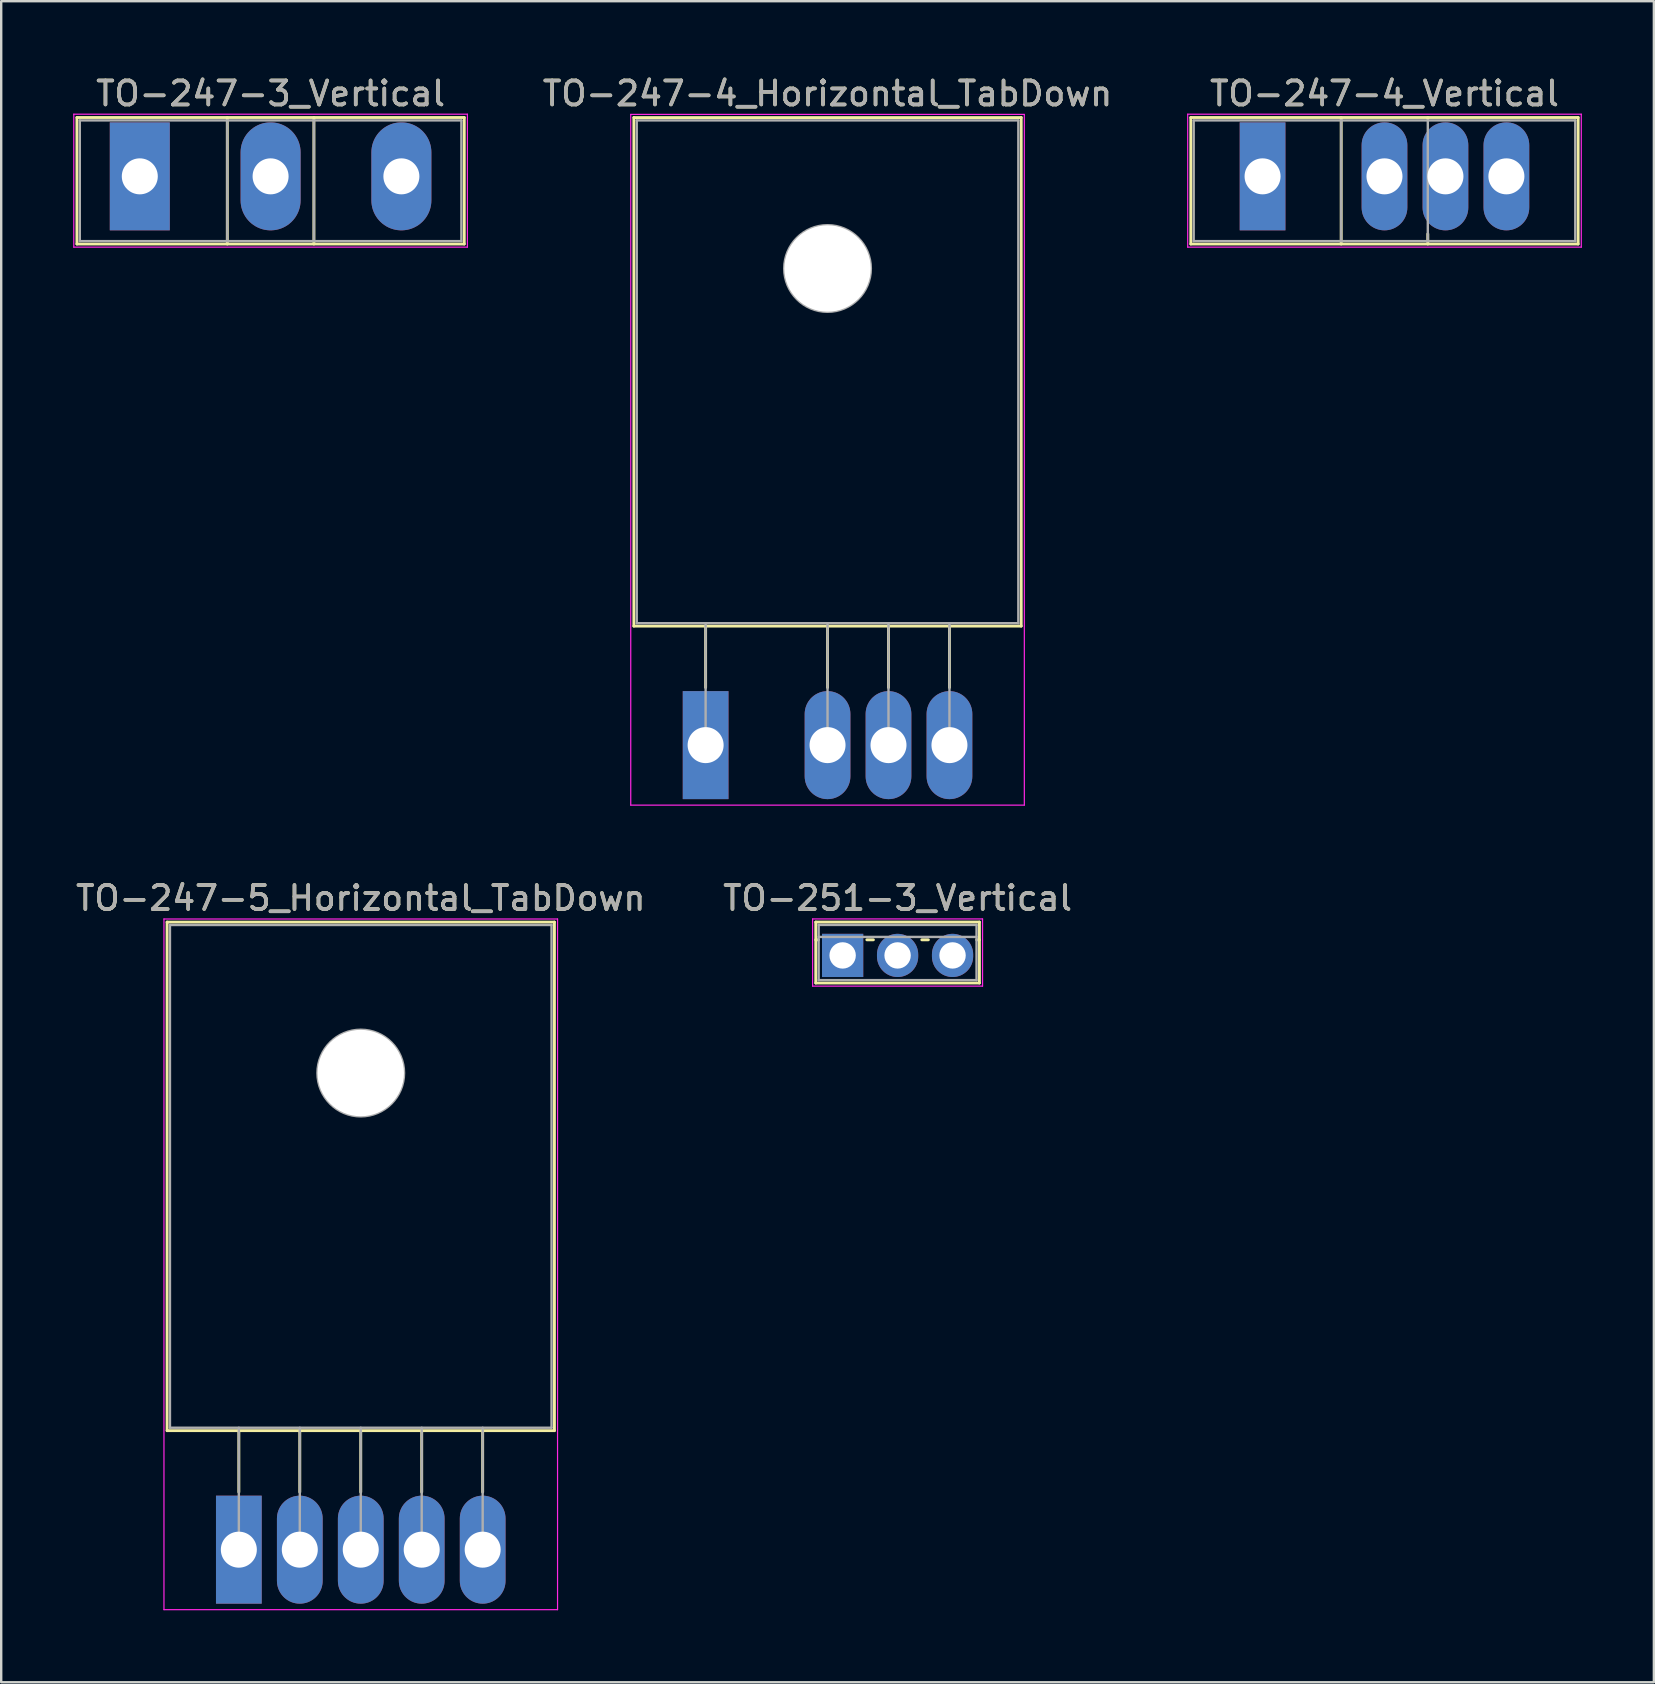
<source format=kicad_pcb>
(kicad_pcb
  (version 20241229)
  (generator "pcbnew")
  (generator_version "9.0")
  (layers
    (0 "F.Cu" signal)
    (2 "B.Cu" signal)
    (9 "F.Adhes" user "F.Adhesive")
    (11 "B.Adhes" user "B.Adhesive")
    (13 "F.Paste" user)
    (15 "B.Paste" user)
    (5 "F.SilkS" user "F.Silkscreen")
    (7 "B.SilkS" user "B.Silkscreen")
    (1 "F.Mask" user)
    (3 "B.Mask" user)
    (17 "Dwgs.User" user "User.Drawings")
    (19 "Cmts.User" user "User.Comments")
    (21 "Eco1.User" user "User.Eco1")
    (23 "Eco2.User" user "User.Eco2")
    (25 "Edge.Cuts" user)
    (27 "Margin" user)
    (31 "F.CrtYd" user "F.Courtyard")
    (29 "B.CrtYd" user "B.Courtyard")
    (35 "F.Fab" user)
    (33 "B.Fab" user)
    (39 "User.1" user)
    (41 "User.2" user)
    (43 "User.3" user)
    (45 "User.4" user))
  (footprint "TO-247-5_Horizontal_TabDown"
    (layer "F.Cu")
    (at 6.902 61.522)
    (property "Reference" "TO-247-5_Horizontal_TabDown" (at 5.08 -27.15 0) (layer "F.SilkS") (effects (font (size 1 1) (thickness 0.15))))
    (attr through_hole)
    (fp_line (start -2.99 -26.15) (end -2.99 -4.96) (stroke (width 0.12) (type solid)) (layer "F.SilkS"))
    (fp_line (start -2.99 -26.15) (end 13.15 -26.15) (stroke (width 0.12) (type solid)) (layer "F.SilkS"))
    (fp_line (start -2.99 -4.96) (end 13.15 -4.96) (stroke (width 0.12) (type solid)) (layer "F.SilkS"))
    (fp_line (start 0 -4.96) (end 0 -2.4) (stroke (width 0.12) (type solid)) (layer "F.SilkS"))
    (fp_line (start 2.54 -4.96) (end 2.54 -2.4) (stroke (width 0.12) (type solid)) (layer "F.SilkS"))
    (fp_line (start 5.08 -4.96) (end 5.08 -2.4) (stroke (width 0.12) (type solid)) (layer "F.SilkS"))
    (fp_line (start 7.62 -4.96) (end 7.62 -2.4) (stroke (width 0.12) (type solid)) (layer "F.SilkS"))
    (fp_line (start 10.16 -4.96) (end 10.16 -2.4) (stroke (width 0.12) (type solid)) (layer "F.SilkS"))
    (fp_line (start 13.15 -26.15) (end 13.15 -4.96) (stroke (width 0.12) (type solid)) (layer "F.SilkS"))
    (fp_line (start -3.12 -26.28) (end -3.12 2.5) (stroke (width 0.05) (type solid)) (layer "F.CrtYd"))
    (fp_line (start -3.12 2.5) (end 13.28 2.5) (stroke (width 0.05) (type solid)) (layer "F.CrtYd"))
    (fp_line (start 13.28 -26.28) (end -3.12 -26.28) (stroke (width 0.05) (type solid)) (layer "F.CrtYd"))
    (fp_line (start 13.28 2.5) (end 13.28 -26.28) (stroke (width 0.05) (type solid)) (layer "F.CrtYd"))
    (fp_line (start -2.87 -26.03) (end 13.03 -26.03) (stroke (width 0.1) (type solid)) (layer "F.Fab"))
    (fp_line (start -2.87 -5.08) (end -2.87 -26.03) (stroke (width 0.1) (type solid)) (layer "F.Fab"))
    (fp_line (start 0 -5.08) (end 0 0) (stroke (width 0.1) (type solid)) (layer "F.Fab"))
    (fp_line (start 2.54 -5.08) (end 2.54 0) (stroke (width 0.1) (type solid)) (layer "F.Fab"))
    (fp_line (start 5.08 -5.08) (end 5.08 0) (stroke (width 0.1) (type solid)) (layer "F.Fab"))
    (fp_line (start 7.62 -5.08) (end 7.62 0) (stroke (width 0.1) (type solid)) (layer "F.Fab"))
    (fp_line (start 10.16 -5.08) (end 10.16 0) (stroke (width 0.1) (type solid)) (layer "F.Fab"))
    (fp_line (start 13.03 -26.03) (end 13.03 -5.08) (stroke (width 0.1) (type solid)) (layer "F.Fab"))
    (fp_line (start 13.03 -5.08) (end -2.87 -5.08) (stroke (width 0.1) (type solid)) (layer "F.Fab"))
    (fp_circle (center 5.08 -19.86) (end 6.885 -19.86) (stroke (width 0.1) (type solid)) (fill no) (layer "F.Fab"))
    (fp_text user "${REFERENCE}" (at 5.08 -27.15 0) (layer "F.Fab") (effects (font (size 1 1) (thickness 0.15))))
    (pad "" np_thru_hole oval (at 5.08 -19.86) (size 3.6 3.6) (drill 3.6) (layers "*.Cu" "*.Mask"))
    (pad "1" thru_hole rect (at 0 0) (size 1.905 4.5) (drill 1.5) (layers "*.Cu" "*.Mask"))
    (pad "2" thru_hole oval (at 2.54 0) (size 1.905 4.5) (drill 1.5) (layers "*.Cu" "*.Mask"))
    (pad "3" thru_hole oval (at 5.08 0) (size 1.905 4.5) (drill 1.5) (layers "*.Cu" "*.Mask"))
    (pad "4" thru_hole oval (at 7.62 0) (size 1.905 4.5) (drill 1.5) (layers "*.Cu" "*.Mask"))
    (pad "5" thru_hole oval (at 10.16 0) (size 1.905 4.5) (drill 1.5) (layers "*.Cu" "*.Mask")))
  (footprint "TO-247-4_Horizontal_TabDown"
    (layer "F.Cu")
    (at 26.352 27.998)
    (property "Reference" "TO-247-4_Horizontal_TabDown" (at 5.08 -27.15 0) (layer "F.SilkS") (effects (font (size 1 1) (thickness 0.15))))
    (attr through_hole)
    (fp_line (start -2.99 -26.15) (end -2.99 -4.96) (stroke (width 0.12) (type solid)) (layer "F.SilkS"))
    (fp_line (start -2.99 -26.15) (end 13.15 -26.15) (stroke (width 0.12) (type solid)) (layer "F.SilkS"))
    (fp_line (start -2.99 -4.96) (end 13.15 -4.96) (stroke (width 0.12) (type solid)) (layer "F.SilkS"))
    (fp_line (start 0 -4.96) (end 0 -2.4) (stroke (width 0.12) (type solid)) (layer "F.SilkS"))
    (fp_line (start 5.08 -4.96) (end 5.08 -2.4) (stroke (width 0.12) (type solid)) (layer "F.SilkS"))
    (fp_line (start 7.62 -4.96) (end 7.62 -2.4) (stroke (width 0.12) (type solid)) (layer "F.SilkS"))
    (fp_line (start 10.16 -4.96) (end 10.16 -2.4) (stroke (width 0.12) (type solid)) (layer "F.SilkS"))
    (fp_line (start 13.15 -26.15) (end 13.15 -4.96) (stroke (width 0.12) (type solid)) (layer "F.SilkS"))
    (fp_line (start -3.12 -26.28) (end -3.12 2.5) (stroke (width 0.05) (type solid)) (layer "F.CrtYd"))
    (fp_line (start -3.12 2.5) (end 13.28 2.5) (stroke (width 0.05) (type solid)) (layer "F.CrtYd"))
    (fp_line (start 13.28 -26.28) (end -3.12 -26.28) (stroke (width 0.05) (type solid)) (layer "F.CrtYd"))
    (fp_line (start 13.28 2.5) (end 13.28 -26.28) (stroke (width 0.05) (type solid)) (layer "F.CrtYd"))
    (fp_line (start -2.87 -26.03) (end 13.03 -26.03) (stroke (width 0.1) (type solid)) (layer "F.Fab"))
    (fp_line (start -2.87 -5.08) (end -2.87 -26.03) (stroke (width 0.1) (type solid)) (layer "F.Fab"))
    (fp_line (start 0 -5.08) (end 0 0) (stroke (width 0.1) (type solid)) (layer "F.Fab"))
    (fp_line (start 5.08 -5.08) (end 5.08 0) (stroke (width 0.1) (type solid)) (layer "F.Fab"))
    (fp_line (start 7.62 -5.08) (end 7.62 0) (stroke (width 0.1) (type solid)) (layer "F.Fab"))
    (fp_line (start 10.16 -5.08) (end 10.16 0) (stroke (width 0.1) (type solid)) (layer "F.Fab"))
    (fp_line (start 13.03 -26.03) (end 13.03 -5.08) (stroke (width 0.1) (type solid)) (layer "F.Fab"))
    (fp_line (start 13.03 -5.08) (end -2.87 -5.08) (stroke (width 0.1) (type solid)) (layer "F.Fab"))
    (fp_circle (center 5.08 -19.86) (end 6.885 -19.86) (stroke (width 0.1) (type solid)) (fill no) (layer "F.Fab"))
    (fp_text user "${REFERENCE}" (at 5.08 -27.15 0) (layer "F.Fab") (effects (font (size 1 1) (thickness 0.15))))
    (pad "" np_thru_hole oval (at 5.08 -19.86) (size 3.6 3.6) (drill 3.6) (layers "*.Cu" "*.Mask"))
    (pad "1" thru_hole rect (at 0 0) (size 1.905 4.5) (drill 1.5) (layers "*.Cu" "*.Mask"))
    (pad "2" thru_hole oval (at 5.08 0) (size 1.905 4.5) (drill 1.5) (layers "*.Cu" "*.Mask"))
    (pad "3" thru_hole oval (at 7.62 0) (size 1.905 4.5) (drill 1.5) (layers "*.Cu" "*.Mask"))
    (pad "4" thru_hole oval (at 10.16 0) (size 1.905 4.5) (drill 1.5) (layers "*.Cu" "*.Mask")))
  (footprint "TO-251-3_Vertical"
    (layer "F.Cu")
    (at 32.061 36.761)
    (property "Reference" "TO-251-3_Vertical" (at 2.29 -2.39 0) (layer "F.SilkS") (effects (font (size 1 1) (thickness 0.15))))
    (attr through_hole)
    (fp_line (start -1.12 -1.39) (end -1.12 1.15) (stroke (width 0.12) (type solid)) (layer "F.SilkS"))
    (fp_line (start -1.12 -1.39) (end 5.7 -1.39) (stroke (width 0.12) (type solid)) (layer "F.SilkS"))
    (fp_line (start -1.12 -0.651) (end -1.009 -0.651) (stroke (width 0.12) (type solid)) (layer "F.SilkS"))
    (fp_line (start -1.12 1.15) (end 5.7 1.15) (stroke (width 0.12) (type solid)) (layer "F.SilkS"))
    (fp_line (start 1.009 -0.651) (end 1.282 -0.651) (stroke (width 0.12) (type solid)) (layer "F.SilkS"))
    (fp_line (start 3.299 -0.651) (end 3.572 -0.651) (stroke (width 0.12) (type solid)) (layer "F.SilkS"))
    (fp_line (start 5.589 -0.651) (end 5.7 -0.651) (stroke (width 0.12) (type solid)) (layer "F.SilkS"))
    (fp_line (start 5.7 -1.39) (end 5.7 1.15) (stroke (width 0.12) (type solid)) (layer "F.SilkS"))
    (fp_line (start -1.25 -1.52) (end -1.25 1.28) (stroke (width 0.05) (type solid)) (layer "F.CrtYd"))
    (fp_line (start -1.25 1.28) (end 5.83 1.28) (stroke (width 0.05) (type solid)) (layer "F.CrtYd"))
    (fp_line (start 5.83 -1.52) (end -1.25 -1.52) (stroke (width 0.05) (type solid)) (layer "F.CrtYd"))
    (fp_line (start 5.83 1.28) (end 5.83 -1.52) (stroke (width 0.05) (type solid)) (layer "F.CrtYd"))
    (fp_line (start -1 -1.27) (end -1 1.03) (stroke (width 0.1) (type solid)) (layer "F.Fab"))
    (fp_line (start -1 -0.77) (end 5.58 -0.77) (stroke (width 0.1) (type solid)) (layer "F.Fab"))
    (fp_line (start -1 1.03) (end 5.58 1.03) (stroke (width 0.1) (type solid)) (layer "F.Fab"))
    (fp_line (start 5.58 -1.27) (end -1 -1.27) (stroke (width 0.1) (type solid)) (layer "F.Fab"))
    (fp_line (start 5.58 1.03) (end 5.58 -1.27) (stroke (width 0.1) (type solid)) (layer "F.Fab"))
    (fp_text user "${REFERENCE}" (at 2.29 -2.39 0) (layer "F.Fab") (effects (font (size 1 1) (thickness 0.15))))
    (pad "1" thru_hole rect (at 0 0) (size 1.718 1.8) (drill 1.1) (layers "*.Cu" "*.Mask"))
    (pad "2" thru_hole oval (at 2.29 0) (size 1.718 1.8) (drill 1.1) (layers "*.Cu" "*.Mask"))
    (pad "3" thru_hole oval (at 4.58 0) (size 1.718 1.8) (drill 1.1) (layers "*.Cu" "*.Mask")))
  (footprint "TO-247-3_Vertical"
    (layer "F.Cu")
    (at 2.775 4.298)
    (property "Reference" "TO-247-3_Vertical" (at 5.45 -3.45 0) (layer "F.SilkS") (effects (font (size 1 1) (thickness 0.15))))
    (attr through_hole)
    (fp_line (start -2.62 -2.451) (end -2.62 2.82) (stroke (width 0.12) (type solid)) (layer "F.SilkS"))
    (fp_line (start -2.62 -2.451) (end 13.52 -2.451) (stroke (width 0.12) (type solid)) (layer "F.SilkS"))
    (fp_line (start -2.62 2.82) (end 13.52 2.82) (stroke (width 0.12) (type solid)) (layer "F.SilkS"))
    (fp_line (start 3.646 -2.451) (end 3.646 2.82) (stroke (width 0.12) (type solid)) (layer "F.SilkS"))
    (fp_line (start 7.255 -2.451) (end 7.255 2.82) (stroke (width 0.12) (type solid)) (layer "F.SilkS"))
    (fp_line (start 13.52 -2.451) (end 13.52 2.82) (stroke (width 0.12) (type solid)) (layer "F.SilkS"))
    (fp_line (start -2.75 -2.59) (end -2.75 2.95) (stroke (width 0.05) (type solid)) (layer "F.CrtYd"))
    (fp_line (start -2.75 2.95) (end 13.65 2.95) (stroke (width 0.05) (type solid)) (layer "F.CrtYd"))
    (fp_line (start 13.65 -2.59) (end -2.75 -2.59) (stroke (width 0.05) (type solid)) (layer "F.CrtYd"))
    (fp_line (start 13.65 2.95) (end 13.65 -2.59) (stroke (width 0.05) (type solid)) (layer "F.CrtYd"))
    (fp_line (start -2.5 -2.33) (end -2.5 2.7) (stroke (width 0.1) (type solid)) (layer "F.Fab"))
    (fp_line (start -2.5 2.7) (end 13.4 2.7) (stroke (width 0.1) (type solid)) (layer "F.Fab"))
    (fp_line (start 3.645 -2.33) (end 3.645 2.7) (stroke (width 0.1) (type solid)) (layer "F.Fab"))
    (fp_line (start 7.255 -2.33) (end 7.255 2.7) (stroke (width 0.1) (type solid)) (layer "F.Fab"))
    (fp_line (start 13.4 -2.33) (end -2.5 -2.33) (stroke (width 0.1) (type solid)) (layer "F.Fab"))
    (fp_line (start 13.4 2.7) (end 13.4 -2.33) (stroke (width 0.1) (type solid)) (layer "F.Fab"))
    (fp_text user "${REFERENCE}" (at 5.45 -3.45 0) (layer "F.Fab") (effects (font (size 1 1) (thickness 0.15))))
    (pad "1" thru_hole rect (at 0 0) (size 2.5 4.5) (drill 1.5) (layers "*.Cu" "*.Mask"))
    (pad "2" thru_hole oval (at 5.45 0) (size 2.5 4.5) (drill 1.5) (layers "*.Cu" "*.Mask"))
    (pad "3" thru_hole oval (at 10.9 0) (size 2.5 4.5) (drill 1.5) (layers "*.Cu" "*.Mask")))
  (footprint "TO-247-4_Vertical"
    (layer "F.Cu")
    (at 49.559 4.298)
    (property "Reference" "TO-247-4_Vertical" (at 5.08 -3.45 0) (layer "F.SilkS") (effects (font (size 1 1) (thickness 0.15))))
    (attr through_hole)
    (fp_line (start -2.99 -2.451) (end -2.99 2.82) (stroke (width 0.12) (type solid)) (layer "F.SilkS"))
    (fp_line (start -2.99 -2.451) (end 13.15 -2.451) (stroke (width 0.12) (type solid)) (layer "F.SilkS"))
    (fp_line (start -2.99 2.82) (end 13.15 2.82) (stroke (width 0.12) (type solid)) (layer "F.SilkS"))
    (fp_line (start 3.276 -2.451) (end 3.276 2.82) (stroke (width 0.12) (type solid)) (layer "F.SilkS"))
    (fp_line (start 6.885 -2.451) (end 6.885 -2.4) (stroke (width 0.12) (type solid)) (layer "F.SilkS"))
    (fp_line (start 6.885 2.4) (end 6.885 2.82) (stroke (width 0.12) (type solid)) (layer "F.SilkS"))
    (fp_line (start 13.15 -2.451) (end 13.15 2.82) (stroke (width 0.12) (type solid)) (layer "F.SilkS"))
    (fp_line (start -3.12 -2.59) (end -3.12 2.95) (stroke (width 0.05) (type solid)) (layer "F.CrtYd"))
    (fp_line (start -3.12 2.95) (end 13.28 2.95) (stroke (width 0.05) (type solid)) (layer "F.CrtYd"))
    (fp_line (start 13.28 -2.59) (end -3.12 -2.59) (stroke (width 0.05) (type solid)) (layer "F.CrtYd"))
    (fp_line (start 13.28 2.95) (end 13.28 -2.59) (stroke (width 0.05) (type solid)) (layer "F.CrtYd"))
    (fp_line (start -2.87 -2.33) (end -2.87 2.7) (stroke (width 0.1) (type solid)) (layer "F.Fab"))
    (fp_line (start -2.87 2.7) (end 13.03 2.7) (stroke (width 0.1) (type solid)) (layer "F.Fab"))
    (fp_line (start 3.275 -2.33) (end 3.275 2.7) (stroke (width 0.1) (type solid)) (layer "F.Fab"))
    (fp_line (start 6.885 -2.33) (end 6.885 2.7) (stroke (width 0.1) (type solid)) (layer "F.Fab"))
    (fp_line (start 13.03 -2.33) (end -2.87 -2.33) (stroke (width 0.1) (type solid)) (layer "F.Fab"))
    (fp_line (start 13.03 2.7) (end 13.03 -2.33) (stroke (width 0.1) (type solid)) (layer "F.Fab"))
    (fp_text user "${REFERENCE}" (at 5.08 -3.45 0) (layer "F.Fab") (effects (font (size 1 1) (thickness 0.15))))
    (pad "1" thru_hole rect (at 0 0) (size 1.905 4.5) (drill 1.5) (layers "*.Cu" "*.Mask"))
    (pad "2" thru_hole oval (at 5.08 0) (size 1.905 4.5) (drill 1.5) (layers "*.Cu" "*.Mask"))
    (pad "3" thru_hole oval (at 7.62 0) (size 1.905 4.5) (drill 1.5) (layers "*.Cu" "*.Mask"))
    (pad "4" thru_hole oval (at 10.16 0) (size 1.905 4.5) (drill 1.5) (layers "*.Cu" "*.Mask")))
  (gr_rect
    (start -3 -3)
    (end 65.864 67.046)
    (stroke (width 0.1) (type default))
    (fill no)
    (layer "Edge.Cuts")))
</source>
